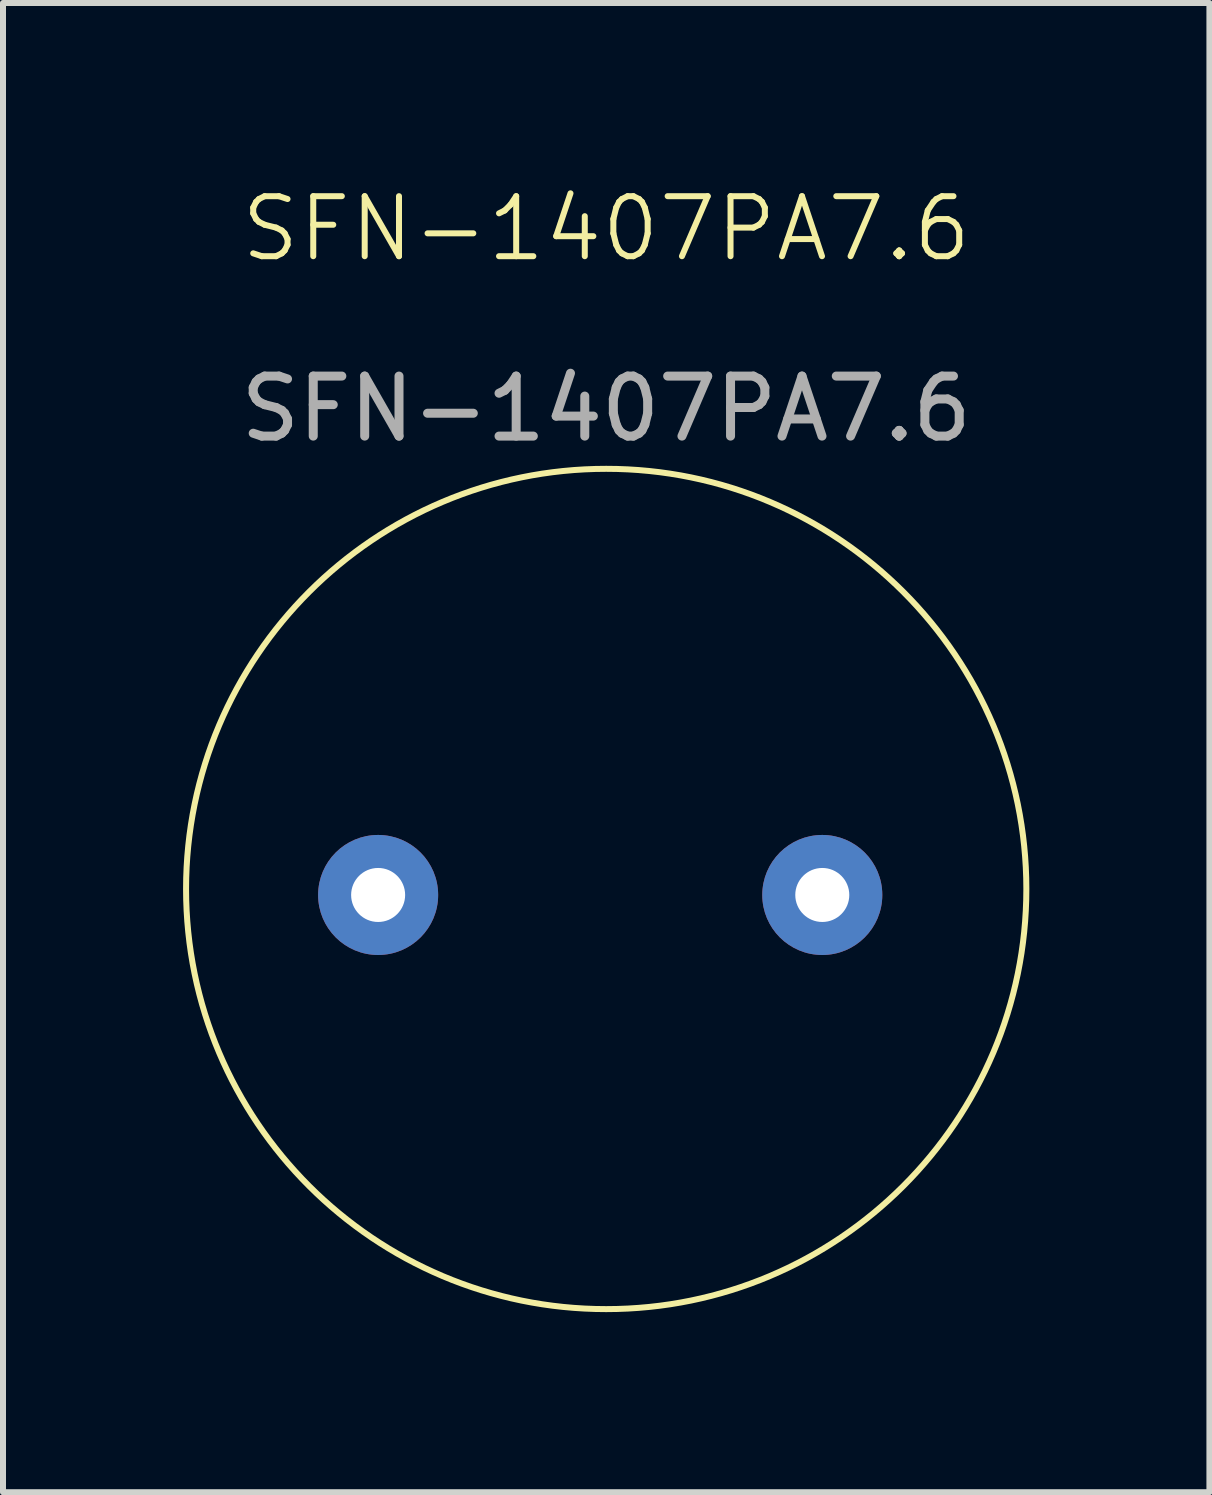
<source format=kicad_pcb>
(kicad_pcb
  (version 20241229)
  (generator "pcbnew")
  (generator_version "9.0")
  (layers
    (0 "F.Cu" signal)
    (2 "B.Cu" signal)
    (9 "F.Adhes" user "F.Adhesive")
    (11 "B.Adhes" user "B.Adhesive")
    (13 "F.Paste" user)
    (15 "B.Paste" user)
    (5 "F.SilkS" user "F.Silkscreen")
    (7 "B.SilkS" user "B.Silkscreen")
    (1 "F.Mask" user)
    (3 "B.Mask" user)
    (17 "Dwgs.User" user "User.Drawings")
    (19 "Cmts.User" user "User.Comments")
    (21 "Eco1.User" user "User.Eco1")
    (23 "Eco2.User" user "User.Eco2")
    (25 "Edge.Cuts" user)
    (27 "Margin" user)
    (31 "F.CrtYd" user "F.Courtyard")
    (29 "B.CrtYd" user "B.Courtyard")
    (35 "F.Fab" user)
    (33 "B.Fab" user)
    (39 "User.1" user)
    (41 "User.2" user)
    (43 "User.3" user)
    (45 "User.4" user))
  (footprint "SFN-1407PA7.6"
    (layer "F.Cu")
    (at 7.05 11.861)
    (property "Reference" "SFN-1407PA7.6" (at 0 -11.1 0) (unlocked yes) (layer "F.SilkS") (effects (font (size 1 1) (thickness 0.1))))
    (attr smd)
    (fp_circle (center 0 -0.1) (end 7 -0.1) (stroke (width 0.1) (type default)) (fill no) (layer "F.SilkS"))
    (fp_text user "${REFERENCE}" (at 0 -8.1 0) (unlocked yes) (layer "F.Fab") (effects (font (size 1 1) (thickness 0.15))))
    (pad "1" thru_hole circle (at -3.8 0) (size 2 2) (drill 0.9) (layers "*.Cu" "*.Mask"))
    (pad "2" thru_hole circle (at 3.6 0) (size 2 2) (drill 0.9) (layers "*.Cu" "*.Mask")))
  (gr_rect
    (start -3 -3)
    (end 17.1 21.811)
    (stroke (width 0.1) (type default))
    (fill no)
    (layer "Edge.Cuts")))
</source>
